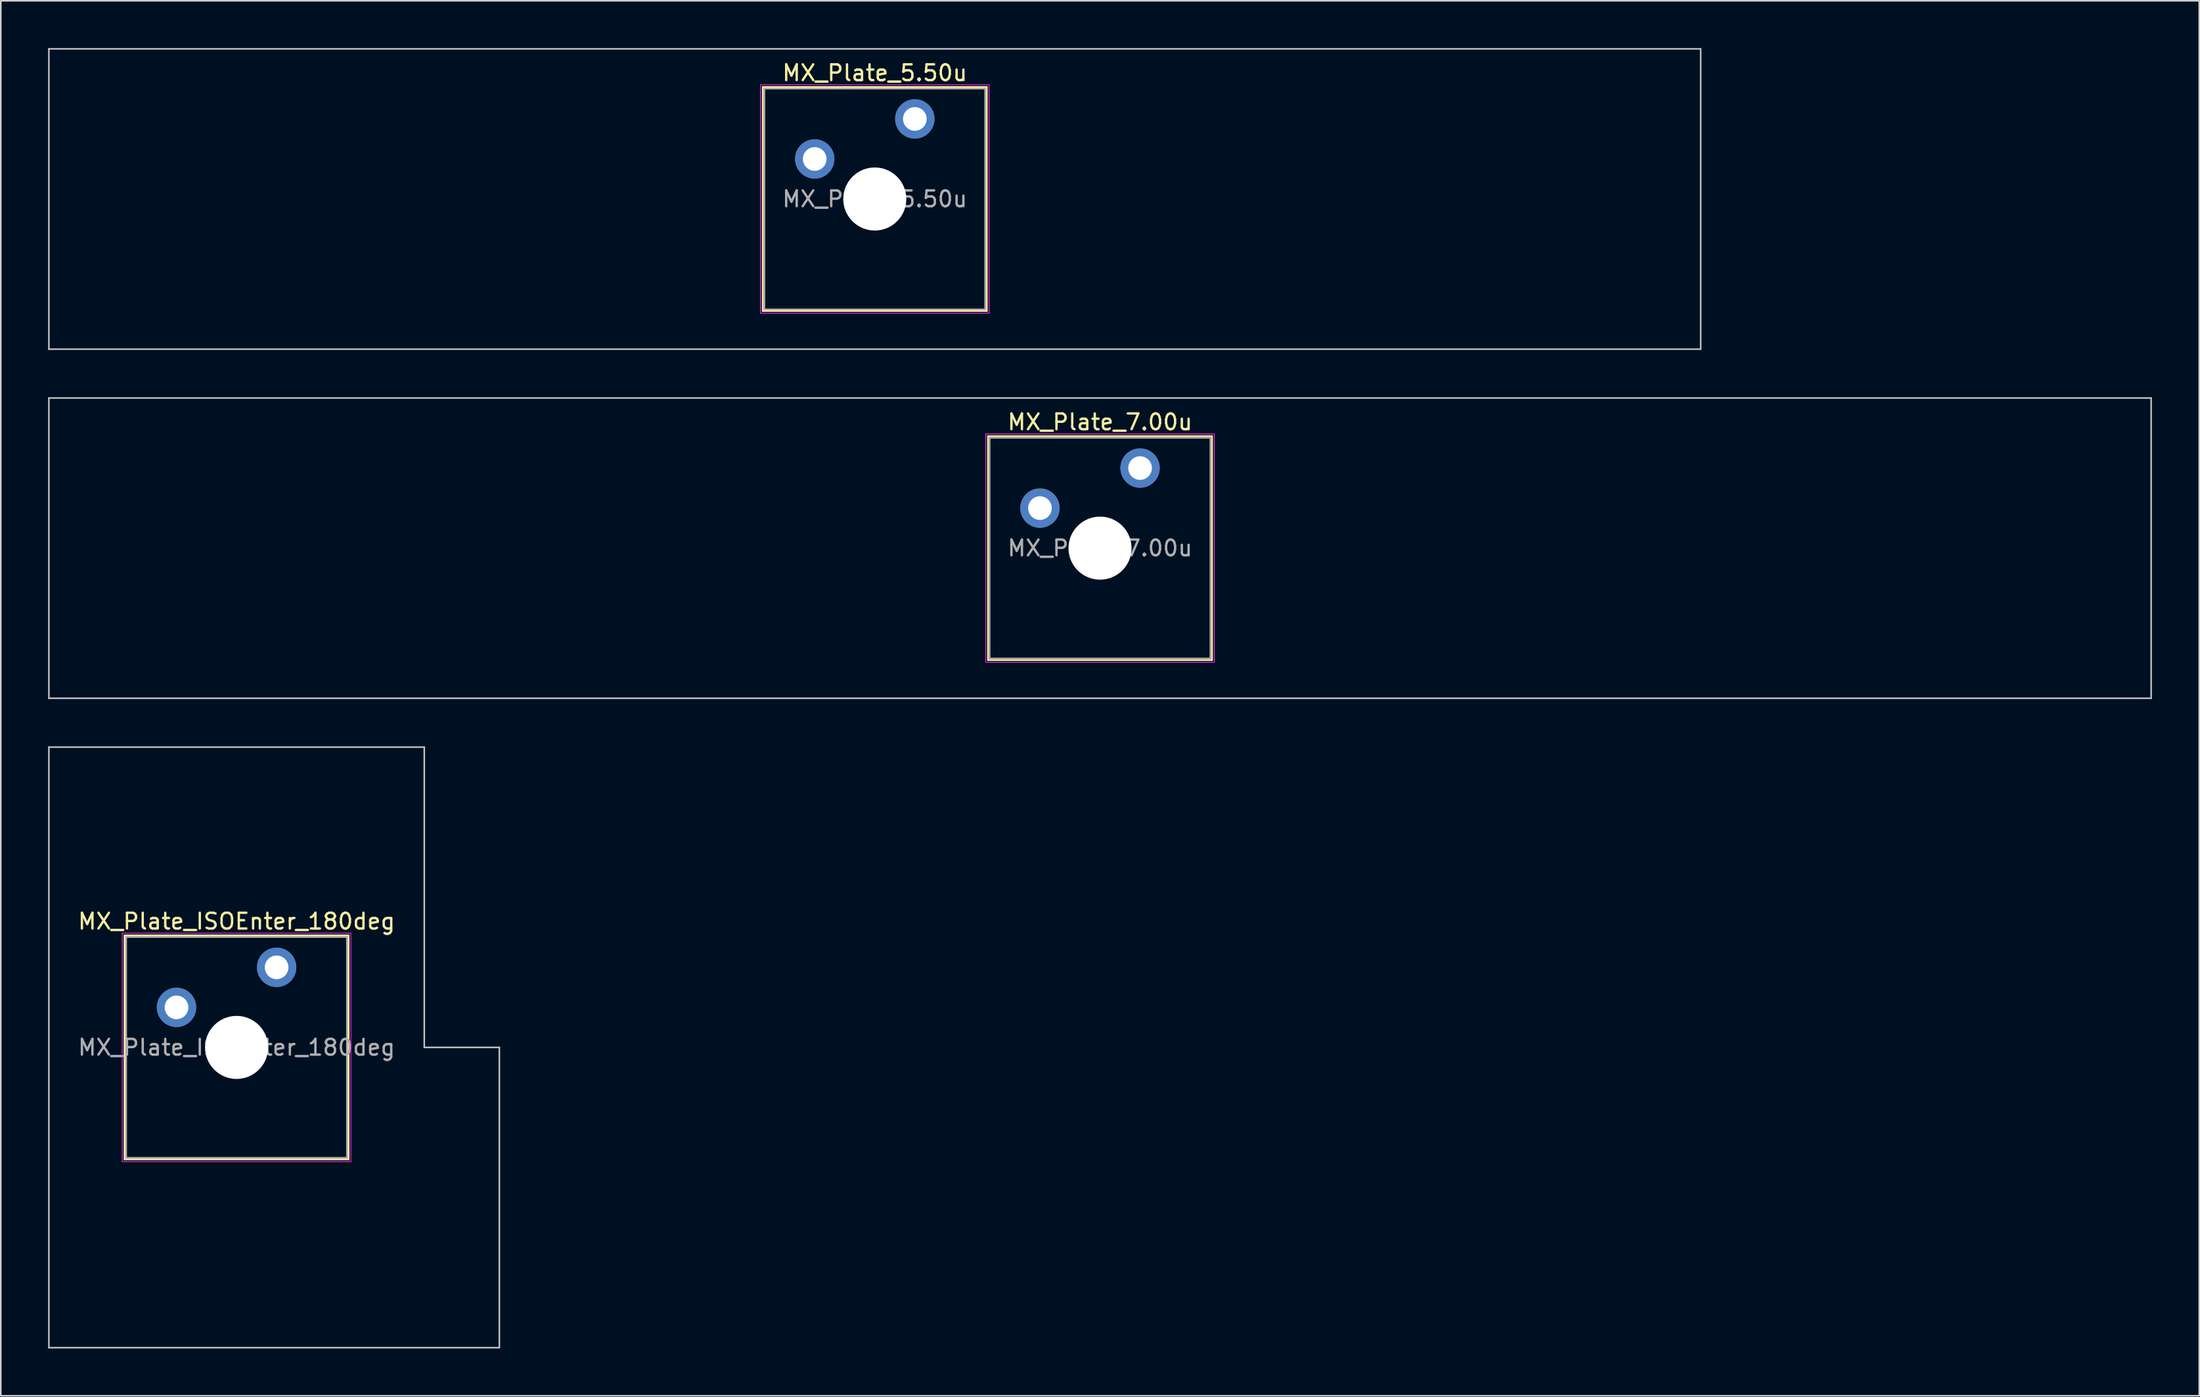
<source format=kicad_pcb>
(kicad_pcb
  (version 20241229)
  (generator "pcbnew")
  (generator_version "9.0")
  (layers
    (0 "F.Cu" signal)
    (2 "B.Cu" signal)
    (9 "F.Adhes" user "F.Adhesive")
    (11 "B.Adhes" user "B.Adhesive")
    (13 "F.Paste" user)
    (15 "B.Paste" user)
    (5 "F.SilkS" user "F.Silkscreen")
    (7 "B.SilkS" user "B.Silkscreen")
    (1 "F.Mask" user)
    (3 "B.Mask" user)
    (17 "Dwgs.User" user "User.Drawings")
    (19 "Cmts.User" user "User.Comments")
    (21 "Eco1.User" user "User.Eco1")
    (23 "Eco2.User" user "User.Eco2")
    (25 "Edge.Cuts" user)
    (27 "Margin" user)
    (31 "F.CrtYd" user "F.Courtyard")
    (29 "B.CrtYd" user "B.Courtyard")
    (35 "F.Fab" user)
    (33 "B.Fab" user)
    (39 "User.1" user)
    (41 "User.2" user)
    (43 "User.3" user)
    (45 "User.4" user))
  (footprint "MX_Plate_7.00u"
    (layer "F.Cu")
    (at 66.725 31.725)
    (property "Reference" "MX_Plate_7.00u" (at 0 -8 0) (layer "F.SilkS") (effects (font (size 1 1) (thickness 0.15))))
    (attr through_hole)
    (fp_line (start -7.1 -7.1) (end -7.1 7.1) (stroke (width 0.12) (type solid)) (layer "F.SilkS"))
    (fp_line (start -7.1 7.1) (end 7.1 7.1) (stroke (width 0.12) (type solid)) (layer "F.SilkS"))
    (fp_line (start 7.1 -7.1) (end -7.1 -7.1) (stroke (width 0.12) (type solid)) (layer "F.SilkS"))
    (fp_line (start 7.1 7.1) (end 7.1 -7.1) (stroke (width 0.12) (type solid)) (layer "F.SilkS"))
    (fp_line (start -66.675 -9.525) (end -66.675 9.525) (stroke (width 0.1) (type solid)) (layer "Dwgs.User"))
    (fp_line (start -66.675 9.525) (end 66.675 9.525) (stroke (width 0.1) (type solid)) (layer "Dwgs.User"))
    (fp_line (start 66.675 -9.525) (end -66.675 -9.525) (stroke (width 0.1) (type solid)) (layer "Dwgs.User"))
    (fp_line (start 66.675 9.525) (end 66.675 -9.525) (stroke (width 0.1) (type solid)) (layer "Dwgs.User"))
    (fp_line (start -7 -7) (end -7 7) (stroke (width 0.1) (type solid)) (layer "Eco1.User"))
    (fp_line (start -7 7) (end 7 7) (stroke (width 0.1) (type solid)) (layer "Eco1.User"))
    (fp_line (start 7 -7) (end -7 -7) (stroke (width 0.1) (type solid)) (layer "Eco1.User"))
    (fp_line (start 7 7) (end 7 -7) (stroke (width 0.1) (type solid)) (layer "Eco1.User"))
    (fp_line (start -7.25 -7.25) (end -7.25 7.25) (stroke (width 0.05) (type solid)) (layer "F.CrtYd"))
    (fp_line (start -7.25 7.25) (end 7.25 7.25) (stroke (width 0.05) (type solid)) (layer "F.CrtYd"))
    (fp_line (start 7.25 -7.25) (end -7.25 -7.25) (stroke (width 0.05) (type solid)) (layer "F.CrtYd"))
    (fp_line (start 7.25 7.25) (end 7.25 -7.25) (stroke (width 0.05) (type solid)) (layer "F.CrtYd"))
    (fp_line (start -7 -7) (end -7 7) (stroke (width 0.1) (type solid)) (layer "F.Fab"))
    (fp_line (start -7 7) (end 7 7) (stroke (width 0.1) (type solid)) (layer "F.Fab"))
    (fp_line (start 7 -7) (end -7 -7) (stroke (width 0.1) (type solid)) (layer "F.Fab"))
    (fp_line (start 7 7) (end 7 -7) (stroke (width 0.1) (type solid)) (layer "F.Fab"))
    (fp_text user "${REFERENCE}" (at 0 0 0) (layer "F.Fab") (effects (font (size 1 1) (thickness 0.15))))
    (pad "" np_thru_hole circle (at 0 0) (size 4 4) (drill 4) (layers "*.Cu" "*.Mask"))
    (pad "1" thru_hole circle (at -3.81 -2.54) (size 2.5 2.5) (drill 1.5) (layers "*.Cu" "*.Mask"))
    (pad "2" thru_hole circle (at 2.54 -5.08) (size 2.5 2.5) (drill 1.5) (layers "*.Cu" "*.Mask")))
  (footprint "MX_Plate_ISOEnter_180deg"
    (layer "F.Cu")
    (at 11.956 63.4)
    (property "Reference" "MX_Plate_ISOEnter_180deg" (at 0 -8 0) (layer "F.SilkS") (effects (font (size 1 1) (thickness 0.15))))
    (attr through_hole)
    (fp_line (start -7.1 -7.1) (end -7.1 7.1) (stroke (width 0.12) (type solid)) (layer "F.SilkS"))
    (fp_line (start -7.1 7.1) (end 7.1 7.1) (stroke (width 0.12) (type solid)) (layer "F.SilkS"))
    (fp_line (start 7.1 -7.1) (end -7.1 -7.1) (stroke (width 0.12) (type solid)) (layer "F.SilkS"))
    (fp_line (start 7.1 7.1) (end 7.1 -7.1) (stroke (width 0.12) (type solid)) (layer "F.SilkS"))
    (fp_line (start -11.906 -19.05) (end -11.906 19.05) (stroke (width 0.1) (type solid)) (layer "Dwgs.User"))
    (fp_line (start -11.906 19.05) (end 16.669 19.05) (stroke (width 0.1) (type solid)) (layer "Dwgs.User"))
    (fp_line (start 11.906 -19.05) (end -11.906 -19.05) (stroke (width 0.1) (type solid)) (layer "Dwgs.User"))
    (fp_line (start 11.906 0) (end 11.906 -19.05) (stroke (width 0.1) (type solid)) (layer "Dwgs.User"))
    (fp_line (start 16.669 0) (end 11.906 0) (stroke (width 0.1) (type solid)) (layer "Dwgs.User"))
    (fp_line (start 16.669 19.05) (end 16.669 0) (stroke (width 0.1) (type solid)) (layer "Dwgs.User"))
    (fp_line (start -7 -7) (end -7 7) (stroke (width 0.1) (type solid)) (layer "Eco1.User"))
    (fp_line (start -7 7) (end 7 7) (stroke (width 0.1) (type solid)) (layer "Eco1.User"))
    (fp_line (start 7 -7) (end -7 -7) (stroke (width 0.1) (type solid)) (layer "Eco1.User"))
    (fp_line (start 7 7) (end 7 -7) (stroke (width 0.1) (type solid)) (layer "Eco1.User"))
    (fp_line (start -7.25 -7.25) (end -7.25 7.25) (stroke (width 0.05) (type solid)) (layer "F.CrtYd"))
    (fp_line (start -7.25 7.25) (end 7.25 7.25) (stroke (width 0.05) (type solid)) (layer "F.CrtYd"))
    (fp_line (start 7.25 -7.25) (end -7.25 -7.25) (stroke (width 0.05) (type solid)) (layer "F.CrtYd"))
    (fp_line (start 7.25 7.25) (end 7.25 -7.25) (stroke (width 0.05) (type solid)) (layer "F.CrtYd"))
    (fp_line (start -7 -7) (end -7 7) (stroke (width 0.1) (type solid)) (layer "F.Fab"))
    (fp_line (start -7 7) (end 7 7) (stroke (width 0.1) (type solid)) (layer "F.Fab"))
    (fp_line (start 7 -7) (end -7 -7) (stroke (width 0.1) (type solid)) (layer "F.Fab"))
    (fp_line (start 7 7) (end 7 -7) (stroke (width 0.1) (type solid)) (layer "F.Fab"))
    (fp_text user "${REFERENCE}" (at 0 0 0) (layer "F.Fab") (effects (font (size 1 1) (thickness 0.15))))
    (pad "" np_thru_hole circle (at 0 0) (size 4 4) (drill 4) (layers "*.Cu" "*.Mask"))
    (pad "1" thru_hole circle (at -3.81 -2.54) (size 2.5 2.5) (drill 1.5) (layers "*.Cu" "*.Mask"))
    (pad "2" thru_hole circle (at 2.54 -5.08) (size 2.5 2.5) (drill 1.5) (layers "*.Cu" "*.Mask")))
  (footprint "MX_Plate_5.50u"
    (layer "F.Cu")
    (at 52.438 9.575)
    (property "Reference" "MX_Plate_5.50u" (at 0 -8 0) (layer "F.SilkS") (effects (font (size 1 1) (thickness 0.15))))
    (attr through_hole)
    (fp_line (start -7.1 -7.1) (end -7.1 7.1) (stroke (width 0.12) (type solid)) (layer "F.SilkS"))
    (fp_line (start -7.1 7.1) (end 7.1 7.1) (stroke (width 0.12) (type solid)) (layer "F.SilkS"))
    (fp_line (start 7.1 -7.1) (end -7.1 -7.1) (stroke (width 0.12) (type solid)) (layer "F.SilkS"))
    (fp_line (start 7.1 7.1) (end 7.1 -7.1) (stroke (width 0.12) (type solid)) (layer "F.SilkS"))
    (fp_line (start -52.388 -9.525) (end -52.388 9.525) (stroke (width 0.1) (type solid)) (layer "Dwgs.User"))
    (fp_line (start -52.388 9.525) (end 52.388 9.525) (stroke (width 0.1) (type solid)) (layer "Dwgs.User"))
    (fp_line (start 52.388 -9.525) (end -52.388 -9.525) (stroke (width 0.1) (type solid)) (layer "Dwgs.User"))
    (fp_line (start 52.388 9.525) (end 52.388 -9.525) (stroke (width 0.1) (type solid)) (layer "Dwgs.User"))
    (fp_line (start -7 -7) (end -7 7) (stroke (width 0.1) (type solid)) (layer "Eco1.User"))
    (fp_line (start -7 7) (end 7 7) (stroke (width 0.1) (type solid)) (layer "Eco1.User"))
    (fp_line (start 7 -7) (end -7 -7) (stroke (width 0.1) (type solid)) (layer "Eco1.User"))
    (fp_line (start 7 7) (end 7 -7) (stroke (width 0.1) (type solid)) (layer "Eco1.User"))
    (fp_line (start -7.25 -7.25) (end -7.25 7.25) (stroke (width 0.05) (type solid)) (layer "F.CrtYd"))
    (fp_line (start -7.25 7.25) (end 7.25 7.25) (stroke (width 0.05) (type solid)) (layer "F.CrtYd"))
    (fp_line (start 7.25 -7.25) (end -7.25 -7.25) (stroke (width 0.05) (type solid)) (layer "F.CrtYd"))
    (fp_line (start 7.25 7.25) (end 7.25 -7.25) (stroke (width 0.05) (type solid)) (layer "F.CrtYd"))
    (fp_line (start -7 -7) (end -7 7) (stroke (width 0.1) (type solid)) (layer "F.Fab"))
    (fp_line (start -7 7) (end 7 7) (stroke (width 0.1) (type solid)) (layer "F.Fab"))
    (fp_line (start 7 -7) (end -7 -7) (stroke (width 0.1) (type solid)) (layer "F.Fab"))
    (fp_line (start 7 7) (end 7 -7) (stroke (width 0.1) (type solid)) (layer "F.Fab"))
    (fp_text user "${REFERENCE}" (at 0 0 0) (layer "F.Fab") (effects (font (size 1 1) (thickness 0.15))))
    (pad "" np_thru_hole circle (at 0 0) (size 4 4) (drill 4) (layers "*.Cu" "*.Mask"))
    (pad "1" thru_hole circle (at -3.81 -2.54) (size 2.5 2.5) (drill 1.5) (layers "*.Cu" "*.Mask"))
    (pad "2" thru_hole circle (at 2.54 -5.08) (size 2.5 2.5) (drill 1.5) (layers "*.Cu" "*.Mask")))
  (gr_rect
    (start -3 -3)
    (end 136.45 85.5)
    (stroke (width 0.1) (type default))
    (fill no)
    (layer "Edge.Cuts")))
</source>
